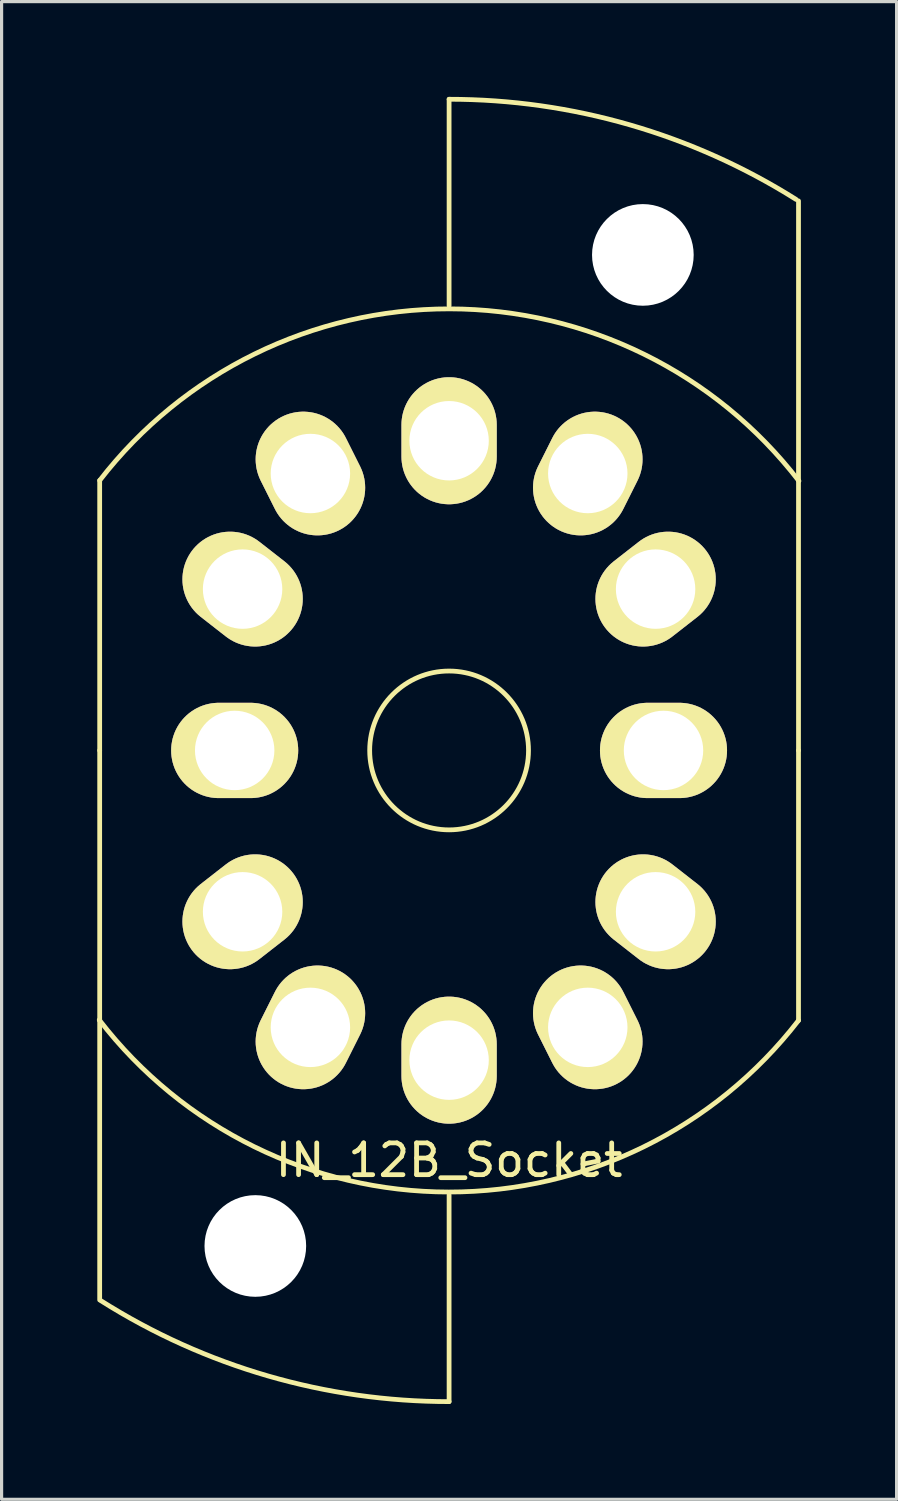
<source format=kicad_pcb>
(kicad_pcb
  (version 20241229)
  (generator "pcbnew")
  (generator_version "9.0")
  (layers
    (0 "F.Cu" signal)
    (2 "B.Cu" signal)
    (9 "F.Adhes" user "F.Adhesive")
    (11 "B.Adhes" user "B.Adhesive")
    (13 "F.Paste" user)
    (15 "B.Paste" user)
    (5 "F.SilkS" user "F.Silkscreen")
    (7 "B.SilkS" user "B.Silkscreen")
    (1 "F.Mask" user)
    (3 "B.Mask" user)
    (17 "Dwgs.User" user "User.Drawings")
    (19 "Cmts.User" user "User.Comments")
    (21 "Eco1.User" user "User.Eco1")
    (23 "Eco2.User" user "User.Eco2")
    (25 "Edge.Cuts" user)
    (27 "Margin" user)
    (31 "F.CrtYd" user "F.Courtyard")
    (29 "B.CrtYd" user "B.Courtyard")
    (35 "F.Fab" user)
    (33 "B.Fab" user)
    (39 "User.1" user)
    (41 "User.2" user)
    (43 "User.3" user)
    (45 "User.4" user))
  (footprint "IN_12B_Socket"
    (layer "F.Cu")
    (at 11.088 20.575)
    (property "Reference" "IN_12B_Socket" (at 0 12.9 0) (layer "F.SilkS") (effects (font (size 1 1) (thickness 0.15))))
    (attr through_hole)
    (fp_line (start -11 0) (end -11 -8.5) (stroke (width 0.15) (type solid)) (layer "F.SilkS"))
    (fp_line (start -11 0) (end -11 8.5) (stroke (width 0.15) (type solid)) (layer "F.SilkS"))
    (fp_line (start -11 17.3) (end -11 8.5) (stroke (width 0.15) (type solid)) (layer "F.SilkS"))
    (fp_line (start 0 -20.5) (end 0 -14) (stroke (width 0.15) (type solid)) (layer "F.SilkS"))
    (fp_line (start 0 20.5) (end 0 14) (stroke (width 0.15) (type solid)) (layer "F.SilkS"))
    (fp_line (start 11 -17.3) (end 11 -8.5) (stroke (width 0.15) (type solid)) (layer "F.SilkS"))
    (fp_line (start 11 0) (end 11 -8.5) (stroke (width 0.15) (type solid)) (layer "F.SilkS"))
    (fp_line (start 11 0) (end 11 8.5) (stroke (width 0.15) (type solid)) (layer "F.SilkS"))
    (fp_arc (start -11 -8.5) (mid 0.010734 -13.901435) (end 11.013113 -8.483003) (stroke (width 0.15) (type solid)) (layer "F.SilkS"))
    (fp_arc (start 0 -20.5) (mid 5.684951 -19.695973) (end 10.923964 -17.34696) (stroke (width 0.15) (type solid)) (layer "F.SilkS"))
    (fp_arc (start 0 20.5) (mid -5.702136 19.691004) (end -10.954223 17.327868) (stroke (width 0.15) (type solid)) (layer "F.SilkS"))
    (fp_arc (start 11 8.5) (mid -0.010734 13.901435) (end -11.013113 8.483003) (stroke (width 0.15) (type solid)) (layer "F.SilkS"))
    (fp_circle (center 0 0) (end 2.5 0) (stroke (width 0.15) (type solid)) (fill no) (layer "F.SilkS"))
    (fp_line (start -6.1 15.6) (end 0 0) (stroke (width 0.1) (type default)) (layer "User.1"))
    (fp_line (start 0 0) (end 6.1 -15.6) (stroke (width 0.1) (type default)) (layer "User.1"))
    (pad "" np_thru_hole circle (at -6.1 15.6) (size 3.2 3.2) (drill 3.2) (layers "*.Cu" "*.Mask"))
    (pad "" np_thru_hole circle (at 6.1 -15.6) (size 3.2 3.2) (drill 3.2) (layers "*.Cu" "*.Mask"))
    (pad "1" thru_hole oval (at 4.366 8.718 206.6) (size 3 4) (drill 2.5) (layers "*.Cu" "*.Mask" "F.SilkS"))
    (pad "2" thru_hole oval (at 6.501 5.079 232) (size 3 4) (drill 2.5) (layers "*.Cu" "*.Mask" "F.SilkS"))
    (pad "3" thru_hole oval (at 6.75 0 270) (size 3 4) (drill 2.5) (layers "*.Cu" "*.Mask" "F.SilkS"))
    (pad "4" thru_hole oval (at 6.501 -5.079 308) (size 3 4) (drill 2.5) (layers "*.Cu" "*.Mask" "F.SilkS"))
    (pad "5" thru_hole oval (at 4.366 -8.718 333.4) (size 3 4) (drill 2.5) (layers "*.Cu" "*.Mask" "F.SilkS"))
    (pad "6" thru_hole oval (at 0 -9.75 180) (size 3 4) (drill 2.5) (layers "*.Cu" "*.Mask" "F.SilkS"))
    (pad "7" thru_hole oval (at -4.366 -8.718 26.6) (size 3 4) (drill 2.5) (layers "*.Cu" "*.Mask" "F.SilkS"))
    (pad "8" thru_hole oval (at -6.501 -5.079 52) (size 3 4) (drill 2.5) (layers "*.Cu" "*.Mask" "F.SilkS"))
    (pad "9" thru_hole oval (at -6.75 0 90) (size 3 4) (drill 2.5) (layers "*.Cu" "*.Mask" "F.SilkS"))
    (pad "10" thru_hole oval (at -6.501 5.079 128) (size 3 4) (drill 2.5) (layers "*.Cu" "*.Mask" "F.SilkS"))
    (pad "11" thru_hole oval (at -4.366 8.718 153.399) (size 3 4) (drill 2.5) (layers "*.Cu" "*.Mask" "F.SilkS"))
    (pad "12" thru_hole oval (at 0 9.75 180) (size 3 4) (drill 2.5) (layers "*.Cu" "*.Mask" "F.SilkS")))
  (gr_rect
    (start -3 -3)
    (end 25.176 44.15)
    (stroke (width 0.1) (type default))
    (fill no)
    (layer "Edge.Cuts")))
</source>
